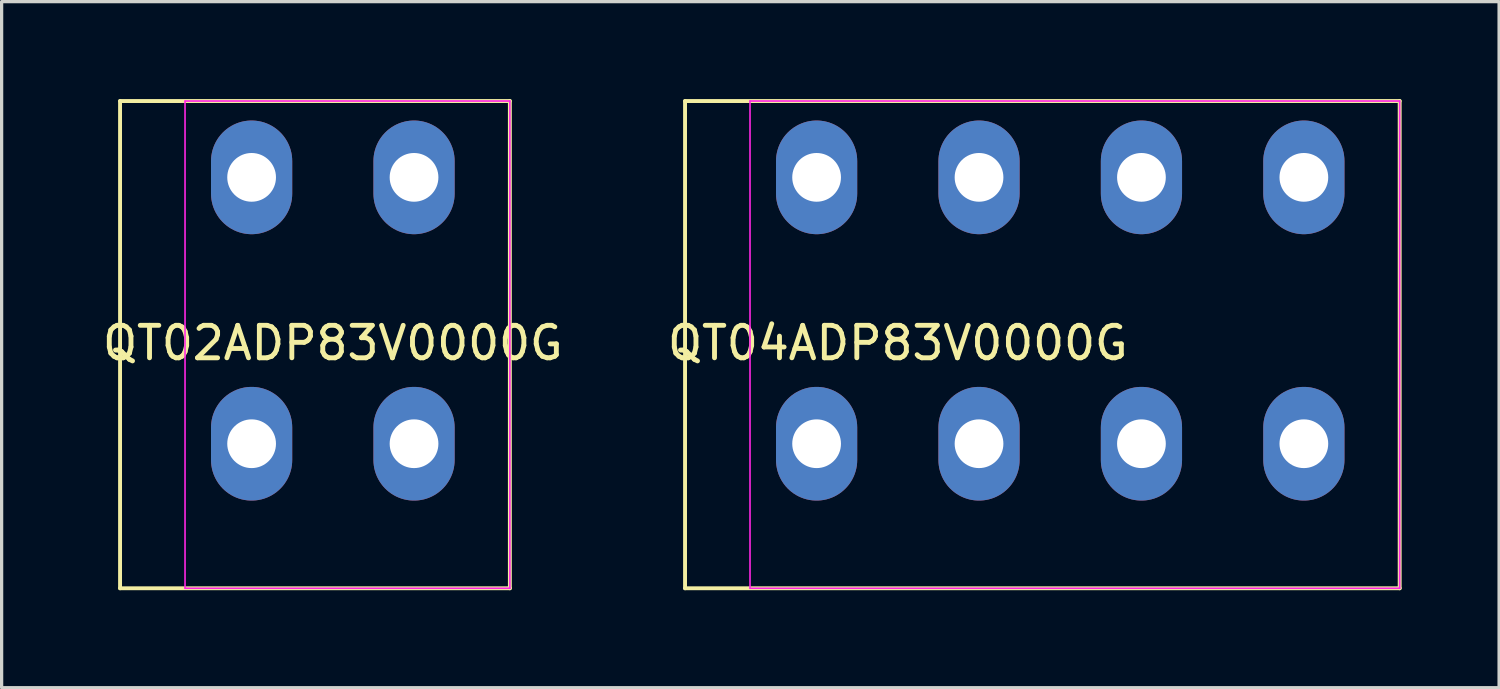
<source format=kicad_pcb>
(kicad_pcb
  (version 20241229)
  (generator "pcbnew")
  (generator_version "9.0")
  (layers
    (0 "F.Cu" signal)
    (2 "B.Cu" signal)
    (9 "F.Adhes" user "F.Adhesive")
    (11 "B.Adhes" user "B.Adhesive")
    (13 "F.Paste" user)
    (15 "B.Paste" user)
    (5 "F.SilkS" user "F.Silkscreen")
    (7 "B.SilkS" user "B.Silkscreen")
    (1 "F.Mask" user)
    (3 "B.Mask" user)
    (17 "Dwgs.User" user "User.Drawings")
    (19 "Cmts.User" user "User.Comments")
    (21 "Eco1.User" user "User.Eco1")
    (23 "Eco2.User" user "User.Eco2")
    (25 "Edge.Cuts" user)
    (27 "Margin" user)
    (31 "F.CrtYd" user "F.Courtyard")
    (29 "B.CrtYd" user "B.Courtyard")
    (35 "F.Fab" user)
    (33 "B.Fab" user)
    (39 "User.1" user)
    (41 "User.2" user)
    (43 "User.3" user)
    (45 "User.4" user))
  (footprint "QT02ADP83V0000G"
    (layer "F.Cu")
    (at 5.196 8.51)
    (property "Reference" "QT02ADP83V0000G" (at 2 -1 0) (layer "F.SilkS") (effects (font (size 1 1) (thickness 0.15))))
    (attr through_hole)
    (fp_line (start -4.55 -8.45) (end -4.55 6.55) (stroke (width 0.12) (type solid)) (layer "F.SilkS"))
    (fp_line (start -4.55 6.55) (end 7.45 6.55) (stroke (width 0.12) (type default)) (layer "F.SilkS"))
    (fp_line (start 7.45 -8.45) (end -4.55 -8.45) (stroke (width 0.12) (type default)) (layer "F.SilkS"))
    (fp_line (start 7.45 6.55) (end 7.45 -8.45) (stroke (width 0.12) (type solid)) (layer "F.SilkS"))
    (fp_line (start -2.55 -8.45) (end 7.45 -8.45) (stroke (width 0.05) (type default)) (layer "F.CrtYd"))
    (fp_line (start -2.55 6.55) (end -2.55 -8.45) (stroke (width 0.05) (type default)) (layer "F.CrtYd"))
    (fp_line (start 7.45 -8.45) (end 7.45 6.55) (stroke (width 0.05) (type default)) (layer "F.CrtYd"))
    (fp_line (start 7.45 6.55) (end -2.55 6.55) (stroke (width 0.05) (type default)) (layer "F.CrtYd"))
    (pad "1" thru_hole oval (at -0.5 -6.1 180) (size 2.5 3.5) (drill 1.5) (layers "*.Cu" "*.Mask"))
    (pad "1" thru_hole oval (at -0.5 2.1 180) (size 2.5 3.5) (drill 1.5) (layers "*.Cu" "*.Mask"))
    (pad "2" thru_hole oval (at 4.5 -6.1 180) (size 2.5 3.5) (drill 1.5) (layers "*.Cu" "*.Mask"))
    (pad "2" thru_hole oval (at 4.5 2.1 180) (size 2.5 3.5) (drill 1.5) (layers "*.Cu" "*.Mask")))
  (footprint "QT04ADP83V0000G"
    (layer "F.Cu")
    (at 22.589 8.51)
    (property "Reference" "QT04ADP83V0000G" (at 2 -1 0) (layer "F.SilkS") (effects (font (size 1 1) (thickness 0.15))))
    (attr through_hole)
    (fp_line (start -4.55 -8.45) (end -4.55 6.55) (stroke (width 0.12) (type solid)) (layer "F.SilkS"))
    (fp_line (start -4.55 6.55) (end 17.45 6.55) (stroke (width 0.12) (type default)) (layer "F.SilkS"))
    (fp_line (start 17.45 -8.45) (end -4.55 -8.45) (stroke (width 0.12) (type default)) (layer "F.SilkS"))
    (fp_line (start 17.45 6.55) (end 17.45 -8.45) (stroke (width 0.12) (type solid)) (layer "F.SilkS"))
    (fp_line (start -2.55 -8.45) (end 17.45 -8.45) (stroke (width 0.05) (type default)) (layer "F.CrtYd"))
    (fp_line (start -2.55 6.55) (end -2.55 -8.45) (stroke (width 0.05) (type default)) (layer "F.CrtYd"))
    (fp_line (start 17.45 -8.45) (end 17.45 6.55) (stroke (width 0.05) (type default)) (layer "F.CrtYd"))
    (fp_line (start 17.45 6.55) (end -2.55 6.55) (stroke (width 0.05) (type default)) (layer "F.CrtYd"))
    (pad "1" thru_hole oval (at -0.5 -6.1 180) (size 2.5 3.5) (drill 1.5) (layers "*.Cu" "*.Mask"))
    (pad "1" thru_hole oval (at -0.5 2.1 180) (size 2.5 3.5) (drill 1.5) (layers "*.Cu" "*.Mask"))
    (pad "2" thru_hole oval (at 4.5 -6.1 180) (size 2.5 3.5) (drill 1.5) (layers "*.Cu" "*.Mask"))
    (pad "2" thru_hole oval (at 4.5 2.1 180) (size 2.5 3.5) (drill 1.5) (layers "*.Cu" "*.Mask"))
    (pad "3" thru_hole oval (at 9.5 -6.1 180) (size 2.5 3.5) (drill 1.5) (layers "*.Cu" "*.Mask"))
    (pad "3" thru_hole oval (at 9.5 2.1 180) (size 2.5 3.5) (drill 1.5) (layers "*.Cu" "*.Mask"))
    (pad "4" thru_hole oval (at 14.5 -6.1 180) (size 2.5 3.5) (drill 1.5) (layers "*.Cu" "*.Mask"))
    (pad "4" thru_hole oval (at 14.5 2.1 180) (size 2.5 3.5) (drill 1.5) (layers "*.Cu" "*.Mask")))
  (gr_rect
    (start -3 -3)
    (end 43.099 18.12)
    (stroke (width 0.1) (type default))
    (fill no)
    (layer "Edge.Cuts")))
</source>
